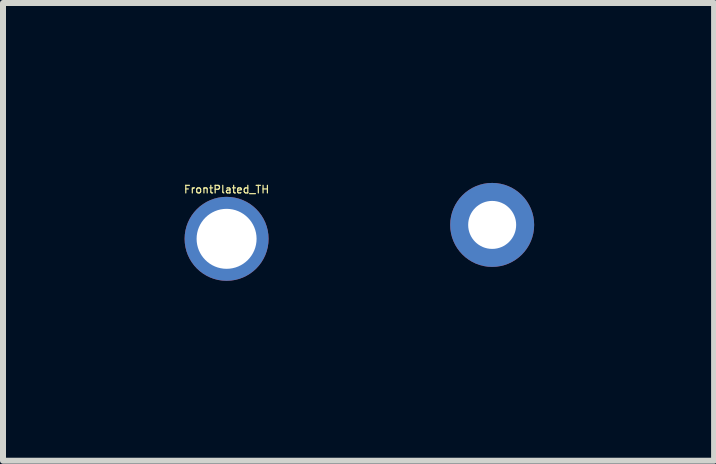
<source format=kicad_pcb>
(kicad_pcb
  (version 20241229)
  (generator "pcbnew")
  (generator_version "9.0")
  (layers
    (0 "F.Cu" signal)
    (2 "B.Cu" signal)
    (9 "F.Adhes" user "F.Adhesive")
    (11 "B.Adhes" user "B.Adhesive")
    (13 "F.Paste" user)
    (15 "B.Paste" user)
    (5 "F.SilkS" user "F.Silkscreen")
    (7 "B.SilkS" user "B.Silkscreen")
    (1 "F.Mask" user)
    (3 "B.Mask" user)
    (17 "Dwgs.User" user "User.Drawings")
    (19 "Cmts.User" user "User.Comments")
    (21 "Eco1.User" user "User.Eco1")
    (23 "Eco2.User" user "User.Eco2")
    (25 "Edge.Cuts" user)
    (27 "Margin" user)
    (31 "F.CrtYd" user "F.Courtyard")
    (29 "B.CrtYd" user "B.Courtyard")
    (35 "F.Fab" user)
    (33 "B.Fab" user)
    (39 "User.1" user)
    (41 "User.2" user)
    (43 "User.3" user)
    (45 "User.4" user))
  (footprint "FrontPlated_TH"
    (layer "F.Cu")
    (at 0.728 0.932)
    (property "Reference" "FrontPlated_TH" (at 0 -0.823 0) (layer "F.SilkS") (effects (font (size 0.127 0.127) (thickness 0.02))))
    (attr through_hole)
    (pad "" thru_hole circle (at 0 0) (size 1.4 1.4) (drill 1) (layers "*.Mask" "F.Cu")))
  (footprint "TH_Via"
    (layer "F.Cu")
    (at 5.156 0.7)
    (property "Reference" "TH_Via" (at 0 0 0) (layer "Cmts.User") (effects (font (size 0.127 0.127) (thickness 0.032))))
    (attr through_hole)
    (pad "1" thru_hole circle (at 0 0) (size 1.4 1.4) (drill 0.8) (layers "*.Cu")))
  (gr_rect
    (start -3 -3)
    (end 8.856 4.632)
    (stroke (width 0.1) (type default))
    (fill no)
    (layer "Edge.Cuts")))
</source>
